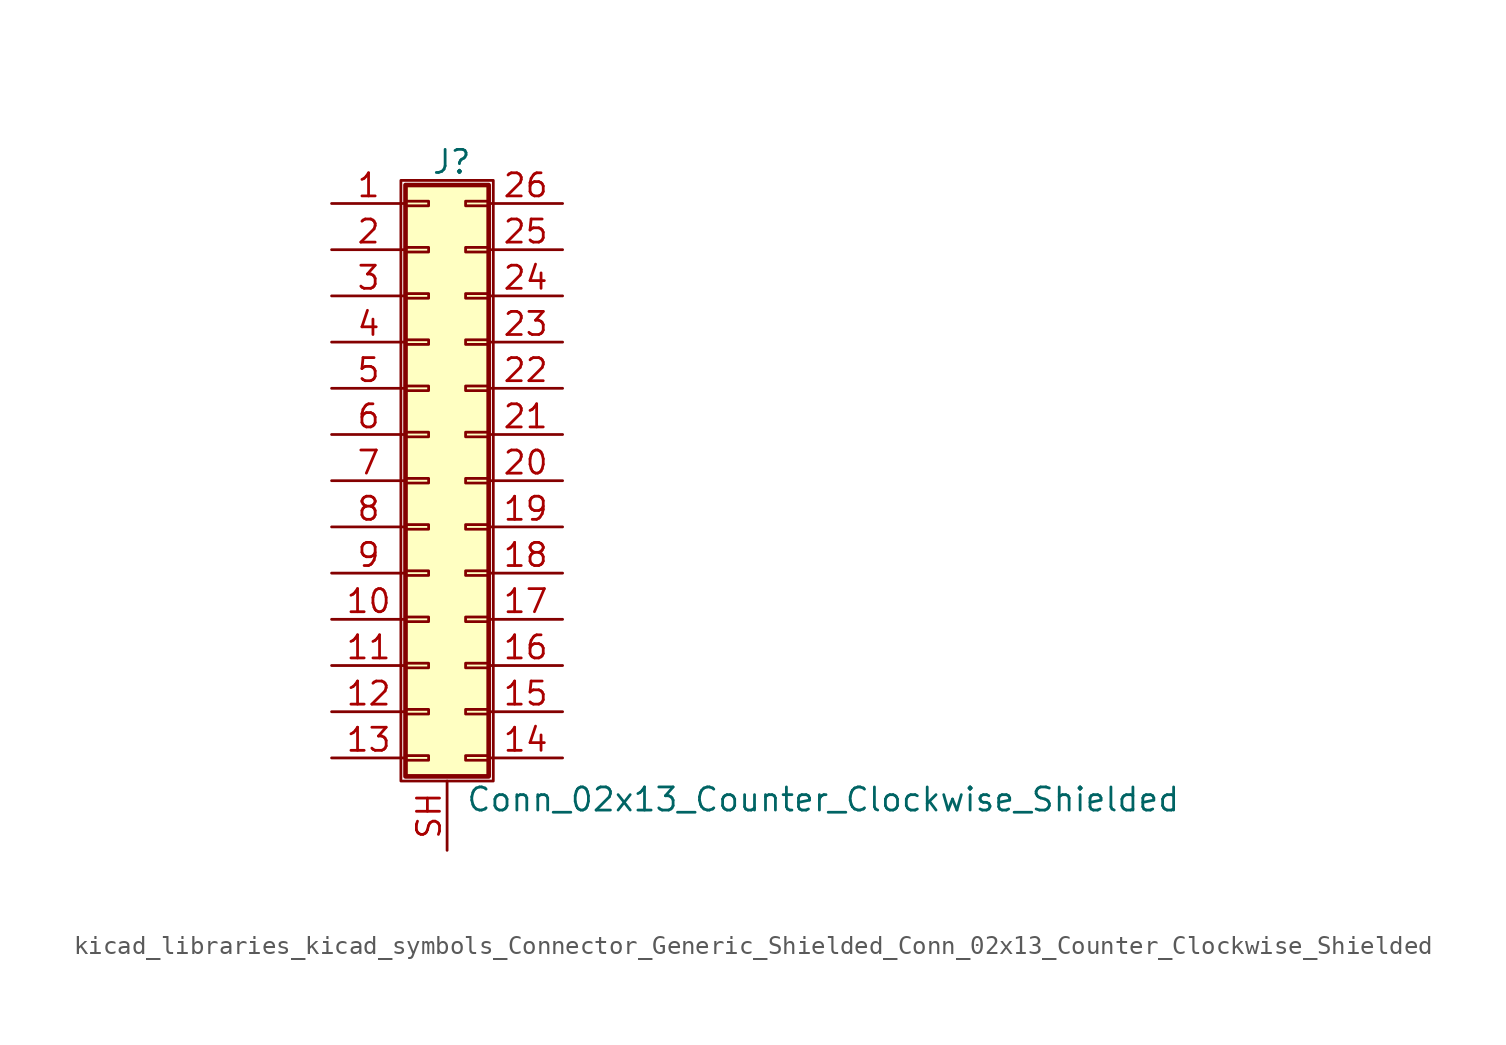
<source format=kicad_sym>
(kicad_symbol_lib
  (version 20220914)
  (generator kicad_symbol_editor)
  (symbol "kicad_libraries_kicad_symbols_Connector_Generic_Shielded_Conn_02x13_Counter_Clockwise_Shielded"
    (pin_names
      (offset 1.016) hide)
    (property "Reference" "J"
      (at 1.524 17.526 0)
      (effects (font (size 1.27 1.27))))
    (property "Value" "Conn_02x13_Counter_Clockwise_Shielded"
      (at 2.286 -17.526 0)
      (effects (font (size 1.27 1.27)) (justify left)))
    (symbol "kicad_libraries_kicad_symbols_Connector_Generic_Shielded_Conn_02x13_Counter_Clockwise_Shielded_1_1"
      (rectangle (start -1.27 16.51) (end 3.81 -16.51) (stroke (width 0.152) (type default)) (fill (type none)))
      (rectangle (start -1.016 -15.113) (end 0.254 -15.367) (stroke (width 0.152) (type default)) (fill (type none)))
      (rectangle (start -1.016 -12.573) (end 0.254 -12.827) (stroke (width 0.152) (type default)) (fill (type none)))
      (rectangle (start -1.016 -10.033) (end 0.254 -10.287) (stroke (width 0.152) (type default)) (fill (type none)))
      (rectangle (start -1.016 -7.493) (end 0.254 -7.747) (stroke (width 0.152) (type default)) (fill (type none)))
      (rectangle (start -1.016 -4.953) (end 0.254 -5.207) (stroke (width 0.152) (type default)) (fill (type none)))
      (rectangle (start -1.016 -2.413) (end 0.254 -2.667) (stroke (width 0.152) (type default)) (fill (type none)))
      (rectangle (start -1.016 0.127) (end 0.254 -0.127) (stroke (width 0.152) (type default)) (fill (type none)))
      (rectangle (start -1.016 2.667) (end 0.254 2.413) (stroke (width 0.152) (type default)) (fill (type none)))
      (rectangle (start -1.016 5.207) (end 0.254 4.953) (stroke (width 0.152) (type default)) (fill (type none)))
      (rectangle (start -1.016 7.747) (end 0.254 7.493) (stroke (width 0.152) (type default)) (fill (type none)))
      (rectangle (start -1.016 10.287) (end 0.254 10.033) (stroke (width 0.152) (type default)) (fill (type none)))
      (rectangle (start -1.016 12.827) (end 0.254 12.573) (stroke (width 0.152) (type default)) (fill (type none)))
      (rectangle (start -1.016 15.367) (end 0.254 15.113) (stroke (width 0.152) (type default)) (fill (type none)))
      (rectangle (start -1.016 16.256) (end 3.556 -16.256) (stroke (width 0.254) (type default)) (fill (type background)))
      (rectangle (start 3.556 -15.113) (end 2.286 -15.367) (stroke (width 0.152) (type default)) (fill (type none)))
      (rectangle (start 3.556 -12.573) (end 2.286 -12.827) (stroke (width 0.152) (type default)) (fill (type none)))
      (rectangle (start 3.556 -10.033) (end 2.286 -10.287) (stroke (width 0.152) (type default)) (fill (type none)))
      (rectangle (start 3.556 -7.493) (end 2.286 -7.747) (stroke (width 0.152) (type default)) (fill (type none)))
      (rectangle (start 3.556 -4.953) (end 2.286 -5.207) (stroke (width 0.152) (type default)) (fill (type none)))
      (rectangle (start 3.556 -2.413) (end 2.286 -2.667) (stroke (width 0.152) (type default)) (fill (type none)))
      (rectangle (start 3.556 0.127) (end 2.286 -0.127) (stroke (width 0.152) (type default)) (fill (type none)))
      (rectangle (start 3.556 2.667) (end 2.286 2.413) (stroke (width 0.152) (type default)) (fill (type none)))
      (rectangle (start 3.556 5.207) (end 2.286 4.953) (stroke (width 0.152) (type default)) (fill (type none)))
      (rectangle (start 3.556 7.747) (end 2.286 7.493) (stroke (width 0.152) (type default)) (fill (type none)))
      (rectangle (start 3.556 10.287) (end 2.286 10.033) (stroke (width 0.152) (type default)) (fill (type none)))
      (rectangle (start 3.556 12.827) (end 2.286 12.573) (stroke (width 0.152) (type default)) (fill (type none)))
      (rectangle (start 3.556 15.367) (end 2.286 15.113) (stroke (width 0.152) (type default)) (fill (type none)))
      (pin passive line (at -5.08 15.24 0) (length 4.064) (name "Pin_1" (effects (font (size 1.27 1.27)))) (number "1" (effects (font (size 1.27 1.27)))))
      (pin passive line (at -5.08 -7.62 0) (length 4.064) (name "Pin_10" (effects (font (size 1.27 1.27)))) (number "10" (effects (font (size 1.27 1.27)))))
      (pin passive line (at -5.08 -10.16 0) (length 4.064) (name "Pin_11" (effects (font (size 1.27 1.27)))) (number "11" (effects (font (size 1.27 1.27)))))
      (pin passive line (at -5.08 -12.7 0) (length 4.064) (name "Pin_12" (effects (font (size 1.27 1.27)))) (number "12" (effects (font (size 1.27 1.27)))))
      (pin passive line (at -5.08 -15.24 0) (length 4.064) (name "Pin_13" (effects (font (size 1.27 1.27)))) (number "13" (effects (font (size 1.27 1.27)))))
      (pin passive line (at 7.62 -15.24 180) (length 4.064) (name "Pin_14" (effects (font (size 1.27 1.27)))) (number "14" (effects (font (size 1.27 1.27)))))
      (pin passive line (at 7.62 -12.7 180) (length 4.064) (name "Pin_15" (effects (font (size 1.27 1.27)))) (number "15" (effects (font (size 1.27 1.27)))))
      (pin passive line (at 7.62 -10.16 180) (length 4.064) (name "Pin_16" (effects (font (size 1.27 1.27)))) (number "16" (effects (font (size 1.27 1.27)))))
      (pin passive line (at 7.62 -7.62 180) (length 4.064) (name "Pin_17" (effects (font (size 1.27 1.27)))) (number "17" (effects (font (size 1.27 1.27)))))
      (pin passive line (at 7.62 -5.08 180) (length 4.064) (name "Pin_18" (effects (font (size 1.27 1.27)))) (number "18" (effects (font (size 1.27 1.27)))))
      (pin passive line (at 7.62 -2.54 180) (length 4.064) (name "Pin_19" (effects (font (size 1.27 1.27)))) (number "19" (effects (font (size 1.27 1.27)))))
      (pin passive line (at -5.08 12.7 0) (length 4.064) (name "Pin_2" (effects (font (size 1.27 1.27)))) (number "2" (effects (font (size 1.27 1.27)))))
      (pin passive line (at 7.62 0 180) (length 4.064) (name "Pin_20" (effects (font (size 1.27 1.27)))) (number "20" (effects (font (size 1.27 1.27)))))
      (pin passive line (at 7.62 2.54 180) (length 4.064) (name "Pin_21" (effects (font (size 1.27 1.27)))) (number "21" (effects (font (size 1.27 1.27)))))
      (pin passive line (at 7.62 5.08 180) (length 4.064) (name "Pin_22" (effects (font (size 1.27 1.27)))) (number "22" (effects (font (size 1.27 1.27)))))
      (pin passive line (at 7.62 7.62 180) (length 4.064) (name "Pin_23" (effects (font (size 1.27 1.27)))) (number "23" (effects (font (size 1.27 1.27)))))
      (pin passive line (at 7.62 10.16 180) (length 4.064) (name "Pin_24" (effects (font (size 1.27 1.27)))) (number "24" (effects (font (size 1.27 1.27)))))
      (pin passive line (at 7.62 12.7 180) (length 4.064) (name "Pin_25" (effects (font (size 1.27 1.27)))) (number "25" (effects (font (size 1.27 1.27)))))
      (pin passive line (at 7.62 15.24 180) (length 4.064) (name "Pin_26" (effects (font (size 1.27 1.27)))) (number "26" (effects (font (size 1.27 1.27)))))
      (pin passive line (at -5.08 10.16 0) (length 4.064) (name "Pin_3" (effects (font (size 1.27 1.27)))) (number "3" (effects (font (size 1.27 1.27)))))
      (pin passive line (at -5.08 7.62 0) (length 4.064) (name "Pin_4" (effects (font (size 1.27 1.27)))) (number "4" (effects (font (size 1.27 1.27)))))
      (pin passive line (at -5.08 5.08 0) (length 4.064) (name "Pin_5" (effects (font (size 1.27 1.27)))) (number "5" (effects (font (size 1.27 1.27)))))
      (pin passive line (at -5.08 2.54 0) (length 4.064) (name "Pin_6" (effects (font (size 1.27 1.27)))) (number "6" (effects (font (size 1.27 1.27)))))
      (pin passive line (at -5.08 0 0) (length 4.064) (name "Pin_7" (effects (font (size 1.27 1.27)))) (number "7" (effects (font (size 1.27 1.27)))))
      (pin passive line (at -5.08 -2.54 0) (length 4.064) (name "Pin_8" (effects (font (size 1.27 1.27)))) (number "8" (effects (font (size 1.27 1.27)))))
      (pin passive line (at -5.08 -5.08 0) (length 4.064) (name "Pin_9" (effects (font (size 1.27 1.27)))) (number "9" (effects (font (size 1.27 1.27)))))
      (pin passive line (at 1.27 -20.32 90) (length 3.81) (name "Shield" (effects (font (size 1.27 1.27)))) (number "SH" (effects (font (size 1.27 1.27))))))))
</source>
